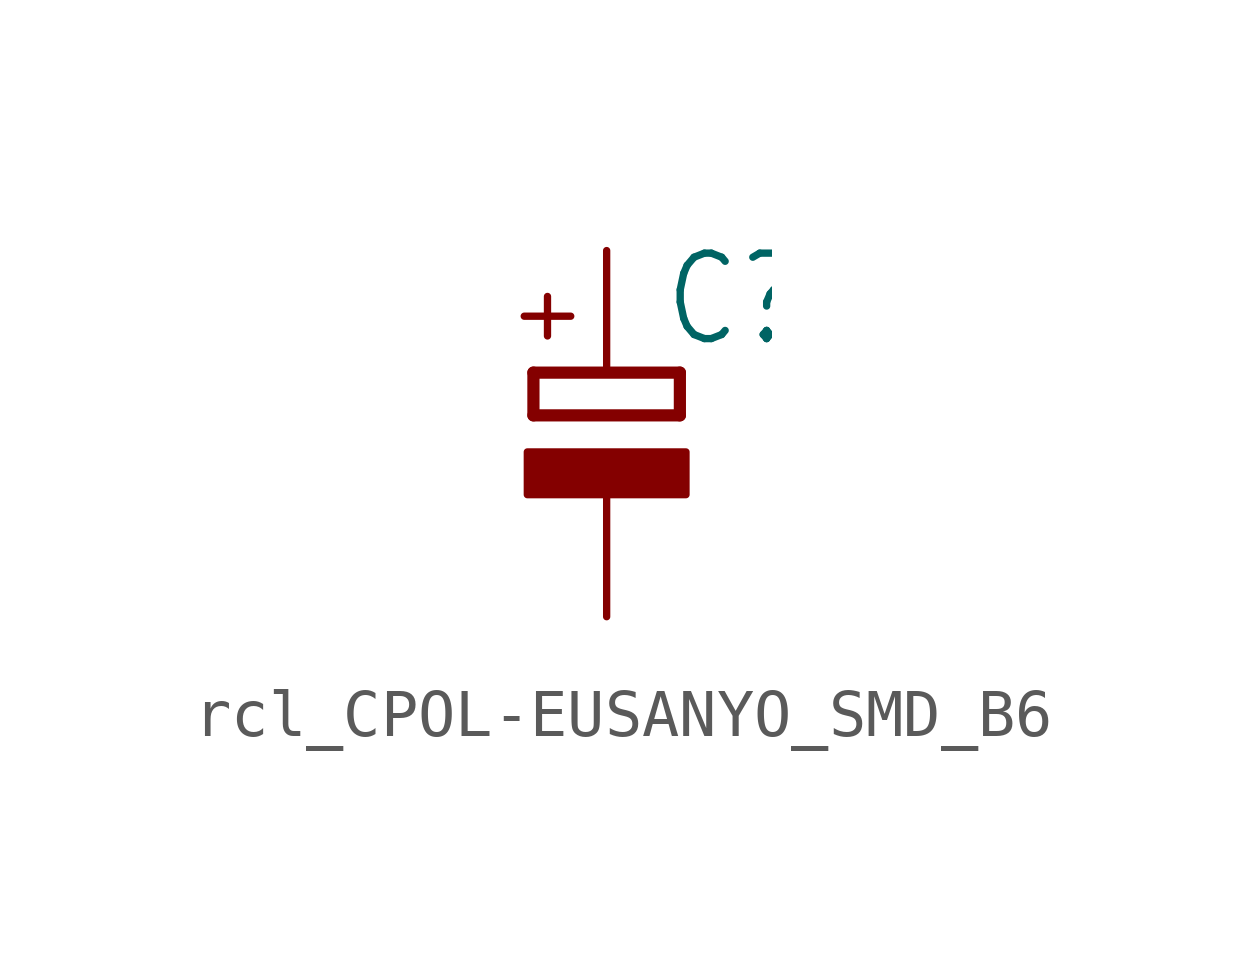
<source format=kicad_sym>
(kicad_symbol_lib
  (version 20241209)
  (generator "kicad_symbol_editor")
  (generator_version "9.0")
  (symbol "rcl_CPOL-EUSANYO_SMD_B6"
    (property "Reference" "C"
      (at 1.143 0.483 0)
      (effects (font (size 1.778 1.511)) (justify left bottom)))
    (property "Value" ""
      (at 1.143 -4.597 0)
      (effects (font (size 1.778 1.511)) (justify left bottom)))
    (property "ki_locked" ""
      (at 0 0 0)
      (effects (font (size 1.27 1.27))))
    (symbol "rcl_CPOL-EUSANYO_SMD_B6_1_0"
      (rectangle (start -1.651 -2.54) (end 1.651 -1.651) (stroke (width 0) (type default)) (fill (type outline)))
      (polyline (pts (xy -1.524 0) (xy -1.524 -0.889)) (stroke (width 0.254) (type solid)) (fill (type none)))
      (polyline (pts (xy -1.524 0) (xy 1.524 0)) (stroke (width 0.254) (type solid)) (fill (type none)))
      (polyline (pts (xy -1.524 -0.889) (xy 1.524 -0.889)) (stroke (width 0.254) (type solid)) (fill (type none)))
      (polyline (pts (xy 1.524 -0.889) (xy 1.524 0)) (stroke (width 0.254) (type solid)) (fill (type none)))
      (text "+" (at -0.584 0.406 900) (effects (font (size 1.27 1.079)) (justify left bottom)))
      (pin passive line (at 0 2.54 270) (length 2.54) (name "+" (effects (font (size 0 0)))) (number "+" (effects (font (size 0 0)))))
      (pin passive line (at 0 -5.08 90) (length 2.54) (name "-" (effects (font (size 0 0)))) (number "-" (effects (font (size 0 0))))))))
</source>
